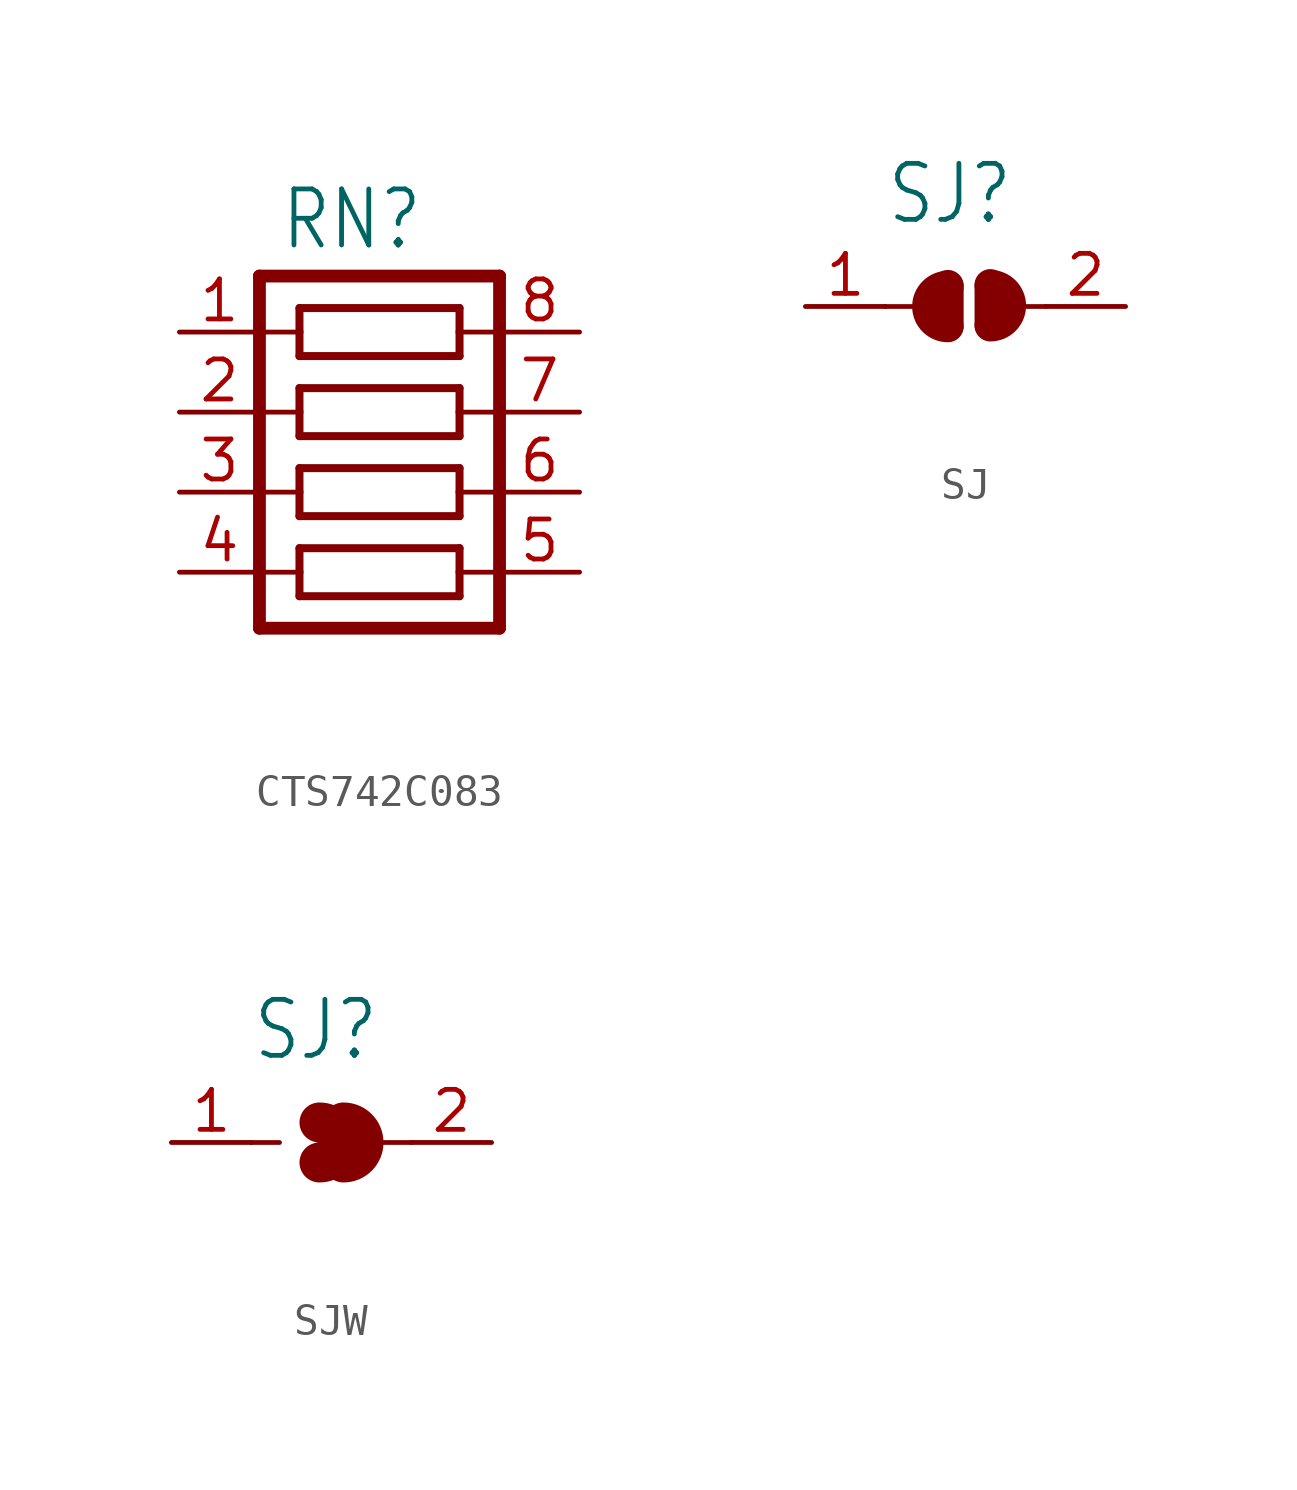
<source format=kicad_sym>
(kicad_symbol_lib
  (version 20220914)
  (generator kicad_symbol_editor)
  (symbol "CTS742C083"
    (property "Reference" "RN"
      (at -1.905 5.08 0)
      (effects (font (size 1.778 1.511)) (justify left bottom)))
    (property "Value" ""
      (at -2.54 -9.398 0)
      (effects (font (size 1.778 1.511)) (justify left bottom)))
    (property "ki_locked" ""
      (at 0 0 0)
      (effects (font (size 1.27 1.27))))
    (symbol "CTS742C083_1_0"
      (polyline (pts (xy -2.54 -5.08) (xy -1.27 -5.08)) (stroke (width 0.152) (type solid)) (fill (type none)))
      (polyline (pts (xy -2.54 -2.54) (xy -1.27 -2.54)) (stroke (width 0.152) (type solid)) (fill (type none)))
      (polyline (pts (xy -2.54 0) (xy -1.27 0)) (stroke (width 0.152) (type solid)) (fill (type none)))
      (polyline (pts (xy -2.54 4.318) (xy -2.54 -6.858)) (stroke (width 0.406) (type solid)) (fill (type none)))
      (polyline (pts (xy -1.27 -5.842) (xy 3.81 -5.842)) (stroke (width 0.254) (type solid)) (fill (type none)))
      (polyline (pts (xy -1.27 -5.08) (xy -1.27 -5.842)) (stroke (width 0.254) (type solid)) (fill (type none)))
      (polyline (pts (xy -1.27 -4.318) (xy -1.27 -5.08)) (stroke (width 0.254) (type solid)) (fill (type none)))
      (polyline (pts (xy -1.27 -3.302) (xy 3.81 -3.302)) (stroke (width 0.254) (type solid)) (fill (type none)))
      (polyline (pts (xy -1.27 -2.54) (xy -1.27 -3.302)) (stroke (width 0.254) (type solid)) (fill (type none)))
      (polyline (pts (xy -1.27 -1.778) (xy -1.27 -2.54)) (stroke (width 0.254) (type solid)) (fill (type none)))
      (polyline (pts (xy -1.27 -0.762) (xy 3.81 -0.762)) (stroke (width 0.254) (type solid)) (fill (type none)))
      (polyline (pts (xy -1.27 0) (xy -1.27 -0.762)) (stroke (width 0.254) (type solid)) (fill (type none)))
      (polyline (pts (xy -1.27 0.762) (xy -1.27 0)) (stroke (width 0.254) (type solid)) (fill (type none)))
      (polyline (pts (xy -1.27 1.778) (xy 3.81 1.778)) (stroke (width 0.254) (type solid)) (fill (type none)))
      (polyline (pts (xy -1.27 2.54) (xy -2.54 2.54)) (stroke (width 0.152) (type solid)) (fill (type none)))
      (polyline (pts (xy -1.27 2.54) (xy -1.27 1.778)) (stroke (width 0.254) (type solid)) (fill (type none)))
      (polyline (pts (xy -1.27 3.302) (xy -1.27 2.54)) (stroke (width 0.254) (type solid)) (fill (type none)))
      (polyline (pts (xy 3.81 -5.842) (xy 3.81 -5.08)) (stroke (width 0.254) (type solid)) (fill (type none)))
      (polyline (pts (xy 3.81 -5.08) (xy 3.81 -4.318)) (stroke (width 0.254) (type solid)) (fill (type none)))
      (polyline (pts (xy 3.81 -4.318) (xy -1.27 -4.318)) (stroke (width 0.254) (type solid)) (fill (type none)))
      (polyline (pts (xy 3.81 -3.302) (xy 3.81 -2.54)) (stroke (width 0.254) (type solid)) (fill (type none)))
      (polyline (pts (xy 3.81 -2.54) (xy 3.81 -1.778)) (stroke (width 0.254) (type solid)) (fill (type none)))
      (polyline (pts (xy 3.81 -1.778) (xy -1.27 -1.778)) (stroke (width 0.254) (type solid)) (fill (type none)))
      (polyline (pts (xy 3.81 -0.762) (xy 3.81 0)) (stroke (width 0.254) (type solid)) (fill (type none)))
      (polyline (pts (xy 3.81 0) (xy 3.81 0.762)) (stroke (width 0.254) (type solid)) (fill (type none)))
      (polyline (pts (xy 3.81 0.762) (xy -1.27 0.762)) (stroke (width 0.254) (type solid)) (fill (type none)))
      (polyline (pts (xy 3.81 1.778) (xy 3.81 2.54)) (stroke (width 0.254) (type solid)) (fill (type none)))
      (polyline (pts (xy 3.81 2.54) (xy 3.81 3.302)) (stroke (width 0.254) (type solid)) (fill (type none)))
      (polyline (pts (xy 3.81 2.54) (xy 5.08 2.54)) (stroke (width 0.152) (type solid)) (fill (type none)))
      (polyline (pts (xy 3.81 3.302) (xy -1.27 3.302)) (stroke (width 0.254) (type solid)) (fill (type none)))
      (polyline (pts (xy 5.08 -6.858) (xy -2.54 -6.858)) (stroke (width 0.406) (type solid)) (fill (type none)))
      (polyline (pts (xy 5.08 -5.08) (xy 3.81 -5.08)) (stroke (width 0.152) (type solid)) (fill (type none)))
      (polyline (pts (xy 5.08 -2.54) (xy 3.81 -2.54)) (stroke (width 0.152) (type solid)) (fill (type none)))
      (polyline (pts (xy 5.08 0) (xy 3.81 0)) (stroke (width 0.152) (type solid)) (fill (type none)))
      (polyline (pts (xy 5.08 4.318) (xy -2.54 4.318)) (stroke (width 0.406) (type solid)) (fill (type none)))
      (polyline (pts (xy 5.08 4.318) (xy 5.08 -6.858)) (stroke (width 0.406) (type solid)) (fill (type none)))
      (pin passive line (at -5.08 2.54 0) (length 2.54) (name "1" (effects (font (size 0 0)))) (number "1" (effects (font (size 1.27 1.27)))))
      (pin passive line (at -5.08 0 0) (length 2.54) (name "2" (effects (font (size 0 0)))) (number "2" (effects (font (size 1.27 1.27)))))
      (pin passive line (at -5.08 -2.54 0) (length 2.54) (name "3" (effects (font (size 0 0)))) (number "3" (effects (font (size 1.27 1.27)))))
      (pin passive line (at -5.08 -5.08 0) (length 2.54) (name "4" (effects (font (size 0 0)))) (number "4" (effects (font (size 1.27 1.27)))))
      (pin passive line (at 7.62 -5.08 180) (length 2.54) (name "5" (effects (font (size 0 0)))) (number "5" (effects (font (size 1.27 1.27)))))
      (pin passive line (at 7.62 -2.54 180) (length 2.54) (name "6" (effects (font (size 0 0)))) (number "6" (effects (font (size 1.27 1.27)))))
      (pin passive line (at 7.62 0 180) (length 2.54) (name "7" (effects (font (size 0 0)))) (number "7" (effects (font (size 1.27 1.27)))))
      (pin passive line (at 7.62 2.54 180) (length 2.54) (name "8" (effects (font (size 0 0)))) (number "8" (effects (font (size 1.27 1.27)))))))
  (symbol "SJ"
    (property "Reference" "SJ"
      (at -2.54 2.54 0)
      (effects (font (size 1.778 1.511)) (justify left bottom)))
    (property "Value" ""
      (at -2.54 -3.81 0)
      (effects (font (size 1.778 1.511)) (justify left bottom)))
    (property "ki_locked" ""
      (at 0 0 0)
      (effects (font (size 1.27 1.27))))
    (symbol "SJ_1_0"
      (arc (start -0.5589 0.635) (mid -1.1938 -0.0001) (end -0.5587 -0.635) (stroke (width 1) (type solid)) (fill (type outline)))
      (polyline (pts (xy -2.54 0) (xy -1.651 0)) (stroke (width 0.152) (type solid)) (fill (type none)))
      (polyline (pts (xy -0.559 0.66) (xy -0.559 -0.61)) (stroke (width 1) (type default)) (fill (type none)))
      (polyline (pts (xy 0.787 0.686) (xy 0.787 -0.584)) (stroke (width 1) (type default)) (fill (type none)))
      (polyline (pts (xy 2.54 0) (xy 1.651 0)) (stroke (width 0.152) (type solid)) (fill (type none)))
      (arc (start 0.7875 -0.6096) (mid 1.4224 0.0255) (end 0.7873 0.6604) (stroke (width 1) (type solid)) (fill (type outline)))
      (pin passive line (at -5.08 0 0) (length 2.54) (name "1" (effects (font (size 0 0)))) (number "1" (effects (font (size 1.27 1.27)))))
      (pin passive line (at 5.08 0 180) (length 2.54) (name "2" (effects (font (size 0 0)))) (number "2" (effects (font (size 1.27 1.27)))))))
  (symbol "SJW"
    (property "Reference" "SJ"
      (at -2.54 2.54 0)
      (effects (font (size 1.778 1.511)) (justify left bottom)))
    (property "Value" ""
      (at -2.54 -3.81 0)
      (effects (font (size 1.778 1.511)) (justify left bottom)))
    (property "ki_locked" ""
      (at 0 0 0)
      (effects (font (size 1.27 1.27))))
    (symbol "SJW_1_0"
      (arc (start -0.381 -0.635) (mid 0.2541 -0.0001) (end -0.3808 0.635) (stroke (width 1.27) (type solid)) (fill (type none)))
      (polyline (pts (xy -2.54 0) (xy -1.651 0)) (stroke (width 0.152) (type solid)) (fill (type none)))
      (polyline (pts (xy 2.54 0) (xy 1.651 0)) (stroke (width 0.152) (type solid)) (fill (type none)))
      (arc (start 0.3808 -0.635) (mid 1.0131 -0.0001) (end 0.381 0.635) (stroke (width 1.27) (type solid)) (fill (type none)))
      (pin passive line (at -5.08 0 0) (length 2.54) (name "1" (effects (font (size 0 0)))) (number "1" (effects (font (size 1.27 1.27)))))
      (pin passive line (at 5.08 0 180) (length 2.54) (name "2" (effects (font (size 0 0)))) (number "2" (effects (font (size 1.27 1.27))))))))
</source>
